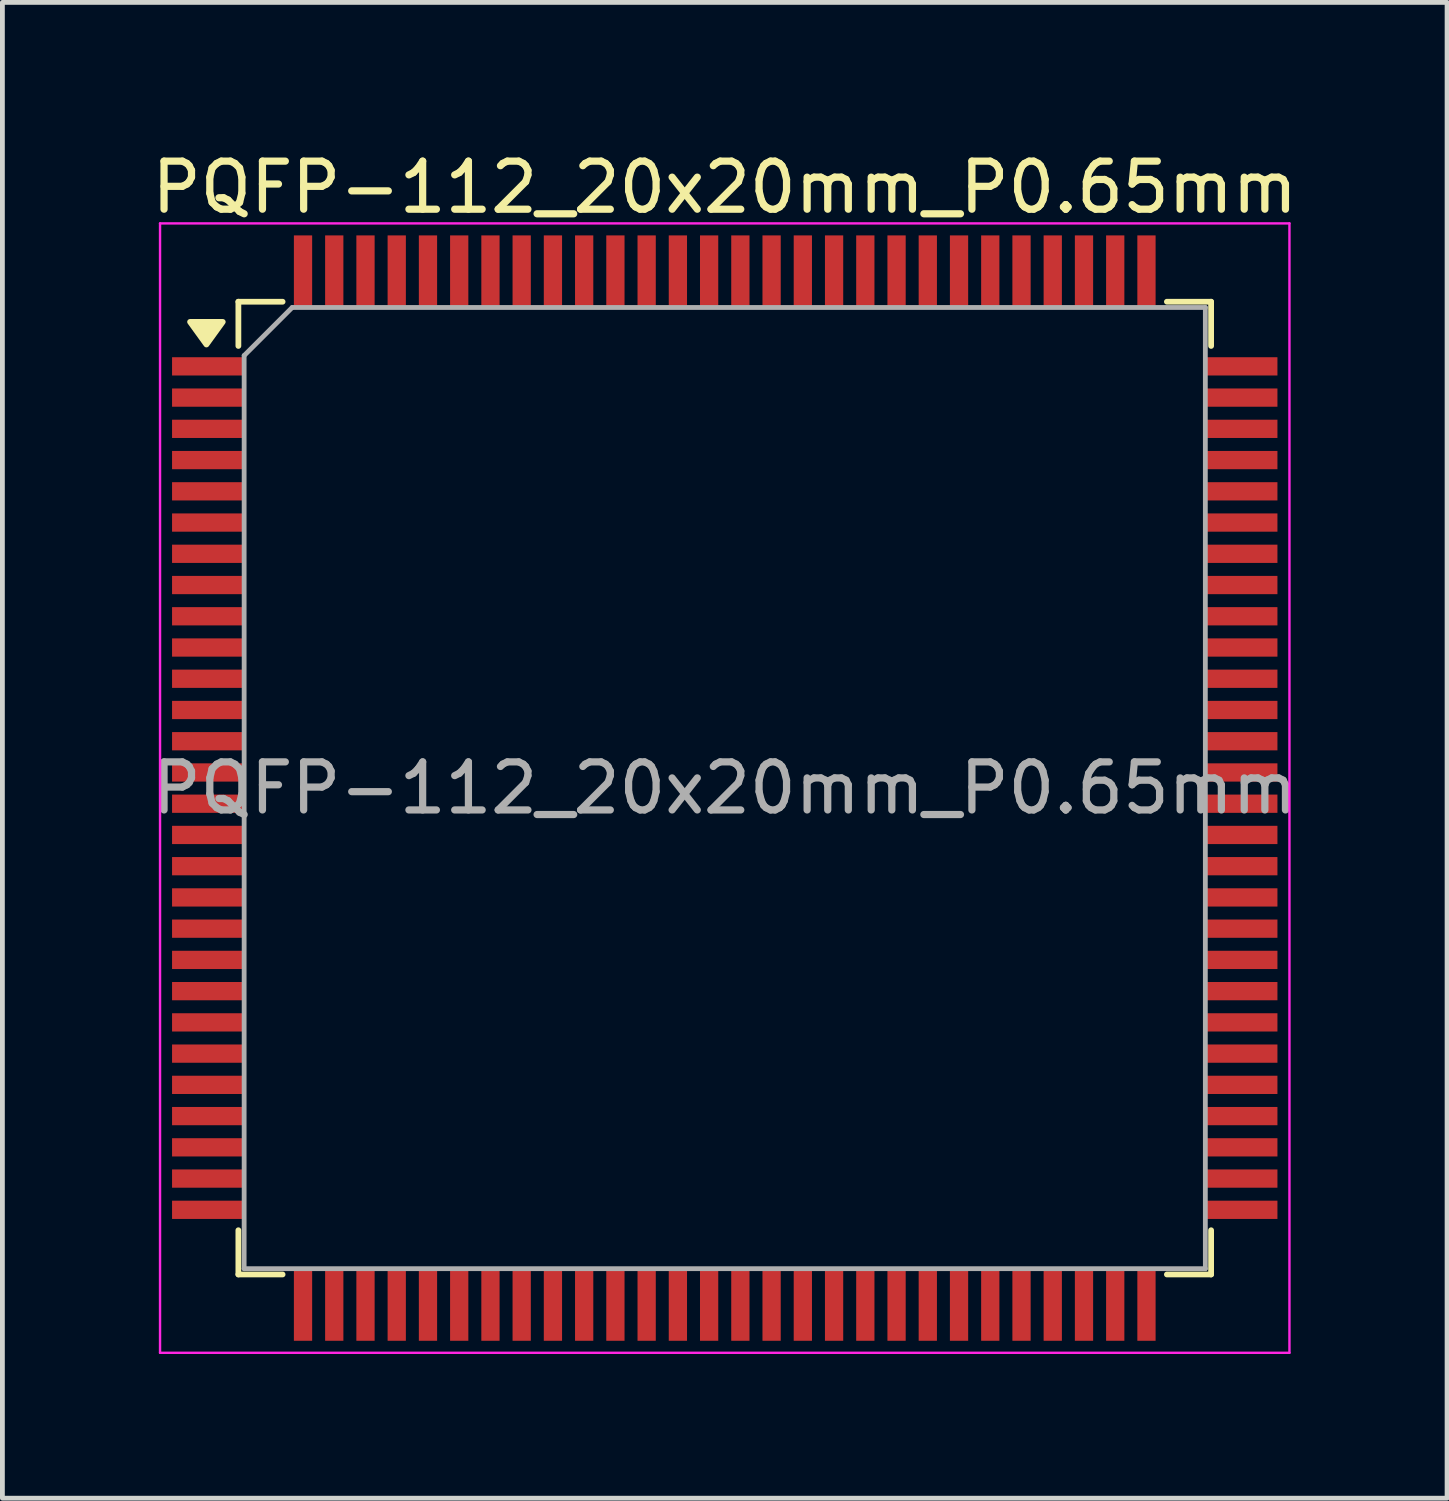
<source format=kicad_pcb>
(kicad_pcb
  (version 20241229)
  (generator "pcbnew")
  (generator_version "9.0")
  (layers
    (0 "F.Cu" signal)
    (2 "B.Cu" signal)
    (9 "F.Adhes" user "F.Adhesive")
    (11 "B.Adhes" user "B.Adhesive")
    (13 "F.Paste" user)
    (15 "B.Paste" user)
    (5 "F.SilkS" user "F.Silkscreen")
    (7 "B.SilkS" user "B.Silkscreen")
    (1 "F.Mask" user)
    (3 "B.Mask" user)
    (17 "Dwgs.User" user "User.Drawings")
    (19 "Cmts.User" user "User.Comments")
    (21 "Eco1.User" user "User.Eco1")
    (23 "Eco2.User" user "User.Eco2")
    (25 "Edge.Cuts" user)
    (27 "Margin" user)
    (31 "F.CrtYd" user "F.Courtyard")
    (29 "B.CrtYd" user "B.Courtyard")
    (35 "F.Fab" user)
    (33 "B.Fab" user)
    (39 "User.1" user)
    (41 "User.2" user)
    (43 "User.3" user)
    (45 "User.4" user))
  (footprint "PQFP-112_20x20mm_P0.65mm"
    (layer "F.Cu")
    (at 12.03 13.348)
    (property "Reference" "PQFP-112_20x20mm_P0.65mm" (at 0 -12.5 0) (layer "F.SilkS") (effects (font (size 1 1) (thickness 0.15))))
    (attr smd)
    (fp_line (start -10.12 -10.12) (end -10.12 -9.2) (stroke (width 0.12) (type solid)) (layer "F.SilkS"))
    (fp_line (start -10.12 10.12) (end -10.12 9.2) (stroke (width 0.12) (type solid)) (layer "F.SilkS"))
    (fp_line (start -9.2 -10.12) (end -10.12 -10.12) (stroke (width 0.12) (type solid)) (layer "F.SilkS"))
    (fp_line (start -9.2 10.12) (end -10.12 10.12) (stroke (width 0.12) (type solid)) (layer "F.SilkS"))
    (fp_line (start 9.2 -10.12) (end 10.12 -10.12) (stroke (width 0.12) (type solid)) (layer "F.SilkS"))
    (fp_line (start 9.2 10.12) (end 10.12 10.12) (stroke (width 0.12) (type solid)) (layer "F.SilkS"))
    (fp_line (start 10.12 -10.12) (end 10.12 -9.2) (stroke (width 0.12) (type solid)) (layer "F.SilkS"))
    (fp_line (start 10.12 10.12) (end 10.12 9.2) (stroke (width 0.12) (type solid)) (layer "F.SilkS"))
    (fp_poly (pts (xy -10.785 -9.23) (xy -11.125 -9.7) (xy -10.445 -9.7) (xy -10.785 -9.23)) (stroke (width 0.12) (type solid)) (fill yes) (layer "F.SilkS"))
    (fp_line (start -11.75 -11.75) (end -11.75 11.75) (stroke (width 0.05) (type solid)) (layer "F.CrtYd"))
    (fp_line (start -11.75 -11.75) (end 11.75 -11.75) (stroke (width 0.05) (type solid)) (layer "F.CrtYd"))
    (fp_line (start -11.75 11.75) (end 11.75 11.75) (stroke (width 0.05) (type solid)) (layer "F.CrtYd"))
    (fp_line (start 11.75 -11.75) (end 11.75 11.75) (stroke (width 0.05) (type solid)) (layer "F.CrtYd"))
    (fp_line (start -10 -9) (end -10 10) (stroke (width 0.1) (type solid)) (layer "F.Fab"))
    (fp_line (start -9 -10) (end -10 -9) (stroke (width 0.1) (type solid)) (layer "F.Fab"))
    (fp_line (start -9 -10) (end 10 -10) (stroke (width 0.1) (type solid)) (layer "F.Fab"))
    (fp_line (start 10 10) (end -10 10) (stroke (width 0.1) (type solid)) (layer "F.Fab"))
    (fp_line (start 10 10) (end 10 -10) (stroke (width 0.1) (type solid)) (layer "F.Fab"))
    (fp_text user "${REFERENCE}" (at 0 0 0) (layer "F.Fab") (effects (font (size 1 1) (thickness 0.15))))
    (pad "1" smd rect (at -10.75 -8.775) (size 1.5 0.38) (layers "F.Cu" "F.Mask" "F.Paste"))
    (pad "2" smd rect (at -10.75 -8.125) (size 1.5 0.38) (layers "F.Cu" "F.Mask" "F.Paste"))
    (pad "3" smd rect (at -10.75 -7.475) (size 1.5 0.38) (layers "F.Cu" "F.Mask" "F.Paste"))
    (pad "4" smd rect (at -10.75 -6.825) (size 1.5 0.38) (layers "F.Cu" "F.Mask" "F.Paste"))
    (pad "5" smd rect (at -10.75 -6.175) (size 1.5 0.38) (layers "F.Cu" "F.Mask" "F.Paste"))
    (pad "6" smd rect (at -10.75 -5.525) (size 1.5 0.38) (layers "F.Cu" "F.Mask" "F.Paste"))
    (pad "7" smd rect (at -10.75 -4.875) (size 1.5 0.38) (layers "F.Cu" "F.Mask" "F.Paste"))
    (pad "8" smd rect (at -10.75 -4.225) (size 1.5 0.38) (layers "F.Cu" "F.Mask" "F.Paste"))
    (pad "9" smd rect (at -10.75 -3.575) (size 1.5 0.38) (layers "F.Cu" "F.Mask" "F.Paste"))
    (pad "10" smd rect (at -10.75 -2.925) (size 1.5 0.38) (layers "F.Cu" "F.Mask" "F.Paste"))
    (pad "11" smd rect (at -10.75 -2.275) (size 1.5 0.38) (layers "F.Cu" "F.Mask" "F.Paste"))
    (pad "12" smd rect (at -10.75 -1.625) (size 1.5 0.38) (layers "F.Cu" "F.Mask" "F.Paste"))
    (pad "13" smd rect (at -10.75 -0.975) (size 1.5 0.38) (layers "F.Cu" "F.Mask" "F.Paste"))
    (pad "14" smd rect (at -10.75 -0.325) (size 1.5 0.38) (layers "F.Cu" "F.Mask" "F.Paste"))
    (pad "15" smd rect (at -10.75 0.325) (size 1.5 0.38) (layers "F.Cu" "F.Mask" "F.Paste"))
    (pad "16" smd rect (at -10.75 0.975) (size 1.5 0.38) (layers "F.Cu" "F.Mask" "F.Paste"))
    (pad "17" smd rect (at -10.75 1.625) (size 1.5 0.38) (layers "F.Cu" "F.Mask" "F.Paste"))
    (pad "18" smd rect (at -10.75 2.275) (size 1.5 0.38) (layers "F.Cu" "F.Mask" "F.Paste"))
    (pad "19" smd rect (at -10.75 2.925) (size 1.5 0.38) (layers "F.Cu" "F.Mask" "F.Paste"))
    (pad "20" smd rect (at -10.75 3.575) (size 1.5 0.38) (layers "F.Cu" "F.Mask" "F.Paste"))
    (pad "21" smd rect (at -10.75 4.225) (size 1.5 0.38) (layers "F.Cu" "F.Mask" "F.Paste"))
    (pad "22" smd rect (at -10.75 4.875) (size 1.5 0.38) (layers "F.Cu" "F.Mask" "F.Paste"))
    (pad "23" smd rect (at -10.75 5.525) (size 1.5 0.38) (layers "F.Cu" "F.Mask" "F.Paste"))
    (pad "24" smd rect (at -10.75 6.175) (size 1.5 0.38) (layers "F.Cu" "F.Mask" "F.Paste"))
    (pad "25" smd rect (at -10.75 6.825) (size 1.5 0.38) (layers "F.Cu" "F.Mask" "F.Paste"))
    (pad "26" smd rect (at -10.75 7.475) (size 1.5 0.38) (layers "F.Cu" "F.Mask" "F.Paste"))
    (pad "27" smd rect (at -10.75 8.125) (size 1.5 0.38) (layers "F.Cu" "F.Mask" "F.Paste"))
    (pad "28" smd rect (at -10.75 8.775) (size 1.5 0.38) (layers "F.Cu" "F.Mask" "F.Paste"))
    (pad "29" smd rect (at -8.775 10.75) (size 0.38 1.5) (layers "F.Cu" "F.Mask" "F.Paste"))
    (pad "30" smd rect (at -8.125 10.75) (size 0.38 1.5) (layers "F.Cu" "F.Mask" "F.Paste"))
    (pad "31" smd rect (at -7.475 10.75) (size 0.38 1.5) (layers "F.Cu" "F.Mask" "F.Paste"))
    (pad "32" smd rect (at -6.825 10.75) (size 0.38 1.5) (layers "F.Cu" "F.Mask" "F.Paste"))
    (pad "33" smd rect (at -6.175 10.75) (size 0.38 1.5) (layers "F.Cu" "F.Mask" "F.Paste"))
    (pad "34" smd rect (at -5.525 10.75) (size 0.38 1.5) (layers "F.Cu" "F.Mask" "F.Paste"))
    (pad "35" smd rect (at -4.875 10.75) (size 0.38 1.5) (layers "F.Cu" "F.Mask" "F.Paste"))
    (pad "36" smd rect (at -4.225 10.75) (size 0.38 1.5) (layers "F.Cu" "F.Mask" "F.Paste"))
    (pad "37" smd rect (at -3.575 10.75) (size 0.38 1.5) (layers "F.Cu" "F.Mask" "F.Paste"))
    (pad "38" smd rect (at -2.925 10.75) (size 0.38 1.5) (layers "F.Cu" "F.Mask" "F.Paste"))
    (pad "39" smd rect (at -2.275 10.75) (size 0.38 1.5) (layers "F.Cu" "F.Mask" "F.Paste"))
    (pad "40" smd rect (at -1.625 10.75) (size 0.38 1.5) (layers "F.Cu" "F.Mask" "F.Paste"))
    (pad "41" smd rect (at -0.975 10.75) (size 0.38 1.5) (layers "F.Cu" "F.Mask" "F.Paste"))
    (pad "42" smd rect (at -0.325 10.75) (size 0.38 1.5) (layers "F.Cu" "F.Mask" "F.Paste"))
    (pad "43" smd rect (at 0.325 10.75) (size 0.38 1.5) (layers "F.Cu" "F.Mask" "F.Paste"))
    (pad "44" smd rect (at 0.975 10.75) (size 0.38 1.5) (layers "F.Cu" "F.Mask" "F.Paste"))
    (pad "45" smd rect (at 1.625 10.75) (size 0.38 1.5) (layers "F.Cu" "F.Mask" "F.Paste"))
    (pad "46" smd rect (at 2.275 10.75) (size 0.38 1.5) (layers "F.Cu" "F.Mask" "F.Paste"))
    (pad "47" smd rect (at 2.925 10.75) (size 0.38 1.5) (layers "F.Cu" "F.Mask" "F.Paste"))
    (pad "48" smd rect (at 3.575 10.75) (size 0.38 1.5) (layers "F.Cu" "F.Mask" "F.Paste"))
    (pad "49" smd rect (at 4.225 10.75) (size 0.38 1.5) (layers "F.Cu" "F.Mask" "F.Paste"))
    (pad "50" smd rect (at 4.875 10.75) (size 0.38 1.5) (layers "F.Cu" "F.Mask" "F.Paste"))
    (pad "51" smd rect (at 5.525 10.75) (size 0.38 1.5) (layers "F.Cu" "F.Mask" "F.Paste"))
    (pad "52" smd rect (at 6.175 10.75) (size 0.38 1.5) (layers "F.Cu" "F.Mask" "F.Paste"))
    (pad "53" smd rect (at 6.825 10.75) (size 0.38 1.5) (layers "F.Cu" "F.Mask" "F.Paste"))
    (pad "54" smd rect (at 7.475 10.75) (size 0.38 1.5) (layers "F.Cu" "F.Mask" "F.Paste"))
    (pad "55" smd rect (at 8.125 10.75) (size 0.38 1.5) (layers "F.Cu" "F.Mask" "F.Paste"))
    (pad "56" smd rect (at 8.775 10.75) (size 0.38 1.5) (layers "F.Cu" "F.Mask" "F.Paste"))
    (pad "57" smd rect (at 10.75 8.775) (size 1.5 0.38) (layers "F.Cu" "F.Mask" "F.Paste"))
    (pad "58" smd rect (at 10.75 8.125) (size 1.5 0.38) (layers "F.Cu" "F.Mask" "F.Paste"))
    (pad "59" smd rect (at 10.75 7.475) (size 1.5 0.38) (layers "F.Cu" "F.Mask" "F.Paste"))
    (pad "60" smd rect (at 10.75 6.825) (size 1.5 0.38) (layers "F.Cu" "F.Mask" "F.Paste"))
    (pad "61" smd rect (at 10.75 6.175) (size 1.5 0.38) (layers "F.Cu" "F.Mask" "F.Paste"))
    (pad "62" smd rect (at 10.75 5.525) (size 1.5 0.38) (layers "F.Cu" "F.Mask" "F.Paste"))
    (pad "63" smd rect (at 10.75 4.875) (size 1.5 0.38) (layers "F.Cu" "F.Mask" "F.Paste"))
    (pad "64" smd rect (at 10.75 4.225) (size 1.5 0.38) (layers "F.Cu" "F.Mask" "F.Paste"))
    (pad "65" smd rect (at 10.75 3.575) (size 1.5 0.38) (layers "F.Cu" "F.Mask" "F.Paste"))
    (pad "66" smd rect (at 10.75 2.925) (size 1.5 0.38) (layers "F.Cu" "F.Mask" "F.Paste"))
    (pad "67" smd rect (at 10.75 2.275) (size 1.5 0.38) (layers "F.Cu" "F.Mask" "F.Paste"))
    (pad "68" smd rect (at 10.75 1.625) (size 1.5 0.38) (layers "F.Cu" "F.Mask" "F.Paste"))
    (pad "69" smd rect (at 10.75 0.975) (size 1.5 0.38) (layers "F.Cu" "F.Mask" "F.Paste"))
    (pad "70" smd rect (at 10.75 0.325) (size 1.5 0.38) (layers "F.Cu" "F.Mask" "F.Paste"))
    (pad "71" smd rect (at 10.75 -0.325) (size 1.5 0.38) (layers "F.Cu" "F.Mask" "F.Paste"))
    (pad "72" smd rect (at 10.75 -0.975) (size 1.5 0.38) (layers "F.Cu" "F.Mask" "F.Paste"))
    (pad "73" smd rect (at 10.75 -1.625) (size 1.5 0.38) (layers "F.Cu" "F.Mask" "F.Paste"))
    (pad "74" smd rect (at 10.75 -2.275) (size 1.5 0.38) (layers "F.Cu" "F.Mask" "F.Paste"))
    (pad "75" smd rect (at 10.75 -2.925) (size 1.5 0.38) (layers "F.Cu" "F.Mask" "F.Paste"))
    (pad "76" smd rect (at 10.75 -3.575) (size 1.5 0.38) (layers "F.Cu" "F.Mask" "F.Paste"))
    (pad "77" smd rect (at 10.75 -4.225) (size 1.5 0.38) (layers "F.Cu" "F.Mask" "F.Paste"))
    (pad "78" smd rect (at 10.75 -4.875) (size 1.5 0.38) (layers "F.Cu" "F.Mask" "F.Paste"))
    (pad "79" smd rect (at 10.75 -5.525) (size 1.5 0.38) (layers "F.Cu" "F.Mask" "F.Paste"))
    (pad "80" smd rect (at 10.75 -6.175) (size 1.5 0.38) (layers "F.Cu" "F.Mask" "F.Paste"))
    (pad "81" smd rect (at 10.75 -6.825) (size 1.5 0.38) (layers "F.Cu" "F.Mask" "F.Paste"))
    (pad "82" smd rect (at 10.75 -7.475) (size 1.5 0.38) (layers "F.Cu" "F.Mask" "F.Paste"))
    (pad "83" smd rect (at 10.75 -8.125) (size 1.5 0.38) (layers "F.Cu" "F.Mask" "F.Paste"))
    (pad "84" smd rect (at 10.75 -8.775) (size 1.5 0.38) (layers "F.Cu" "F.Mask" "F.Paste"))
    (pad "85" smd rect (at 8.775 -10.75) (size 0.38 1.5) (layers "F.Cu" "F.Mask" "F.Paste"))
    (pad "86" smd rect (at 8.125 -10.75) (size 0.38 1.5) (layers "F.Cu" "F.Mask" "F.Paste"))
    (pad "87" smd rect (at 7.475 -10.75) (size 0.38 1.5) (layers "F.Cu" "F.Mask" "F.Paste"))
    (pad "88" smd rect (at 6.825 -10.75) (size 0.38 1.5) (layers "F.Cu" "F.Mask" "F.Paste"))
    (pad "89" smd rect (at 6.175 -10.75) (size 0.38 1.5) (layers "F.Cu" "F.Mask" "F.Paste"))
    (pad "90" smd rect (at 5.525 -10.75) (size 0.38 1.5) (layers "F.Cu" "F.Mask" "F.Paste"))
    (pad "91" smd rect (at 4.875 -10.75) (size 0.38 1.5) (layers "F.Cu" "F.Mask" "F.Paste"))
    (pad "92" smd rect (at 4.225 -10.75) (size 0.38 1.5) (layers "F.Cu" "F.Mask" "F.Paste"))
    (pad "93" smd rect (at 3.575 -10.75) (size 0.38 1.5) (layers "F.Cu" "F.Mask" "F.Paste"))
    (pad "94" smd rect (at 2.925 -10.75) (size 0.38 1.5) (layers "F.Cu" "F.Mask" "F.Paste"))
    (pad "95" smd rect (at 2.275 -10.75) (size 0.38 1.5) (layers "F.Cu" "F.Mask" "F.Paste"))
    (pad "96" smd rect (at 1.625 -10.75) (size 0.38 1.5) (layers "F.Cu" "F.Mask" "F.Paste"))
    (pad "97" smd rect (at 0.975 -10.75) (size 0.38 1.5) (layers "F.Cu" "F.Mask" "F.Paste"))
    (pad "98" smd rect (at 0.325 -10.75) (size 0.38 1.5) (layers "F.Cu" "F.Mask" "F.Paste"))
    (pad "99" smd rect (at -0.325 -10.75) (size 0.38 1.5) (layers "F.Cu" "F.Mask" "F.Paste"))
    (pad "100" smd rect (at -0.975 -10.75) (size 0.38 1.5) (layers "F.Cu" "F.Mask" "F.Paste"))
    (pad "101" smd rect (at -1.625 -10.75) (size 0.38 1.5) (layers "F.Cu" "F.Mask" "F.Paste"))
    (pad "102" smd rect (at -2.275 -10.75) (size 0.38 1.5) (layers "F.Cu" "F.Mask" "F.Paste"))
    (pad "103" smd rect (at -2.925 -10.75) (size 0.38 1.5) (layers "F.Cu" "F.Mask" "F.Paste"))
    (pad "104" smd rect (at -3.575 -10.75) (size 0.38 1.5) (layers "F.Cu" "F.Mask" "F.Paste"))
    (pad "105" smd rect (at -4.225 -10.75) (size 0.38 1.5) (layers "F.Cu" "F.Mask" "F.Paste"))
    (pad "106" smd rect (at -4.875 -10.75) (size 0.38 1.5) (layers "F.Cu" "F.Mask" "F.Paste"))
    (pad "107" smd rect (at -5.525 -10.75) (size 0.38 1.5) (layers "F.Cu" "F.Mask" "F.Paste"))
    (pad "108" smd rect (at -6.175 -10.75) (size 0.38 1.5) (layers "F.Cu" "F.Mask" "F.Paste"))
    (pad "109" smd rect (at -6.825 -10.75) (size 0.38 1.5) (layers "F.Cu" "F.Mask" "F.Paste"))
    (pad "110" smd rect (at -7.475 -10.75) (size 0.38 1.5) (layers "F.Cu" "F.Mask" "F.Paste"))
    (pad "111" smd rect (at -8.125 -10.75) (size 0.38 1.5) (layers "F.Cu" "F.Mask" "F.Paste"))
    (pad "112" smd rect (at -8.775 -10.75) (size 0.38 1.5) (layers "F.Cu" "F.Mask" "F.Paste")))
  (gr_rect
    (start -3 -3)
    (end 27.06 28.123)
    (stroke (width 0.1) (type default))
    (fill no)
    (layer "Edge.Cuts")))
</source>
